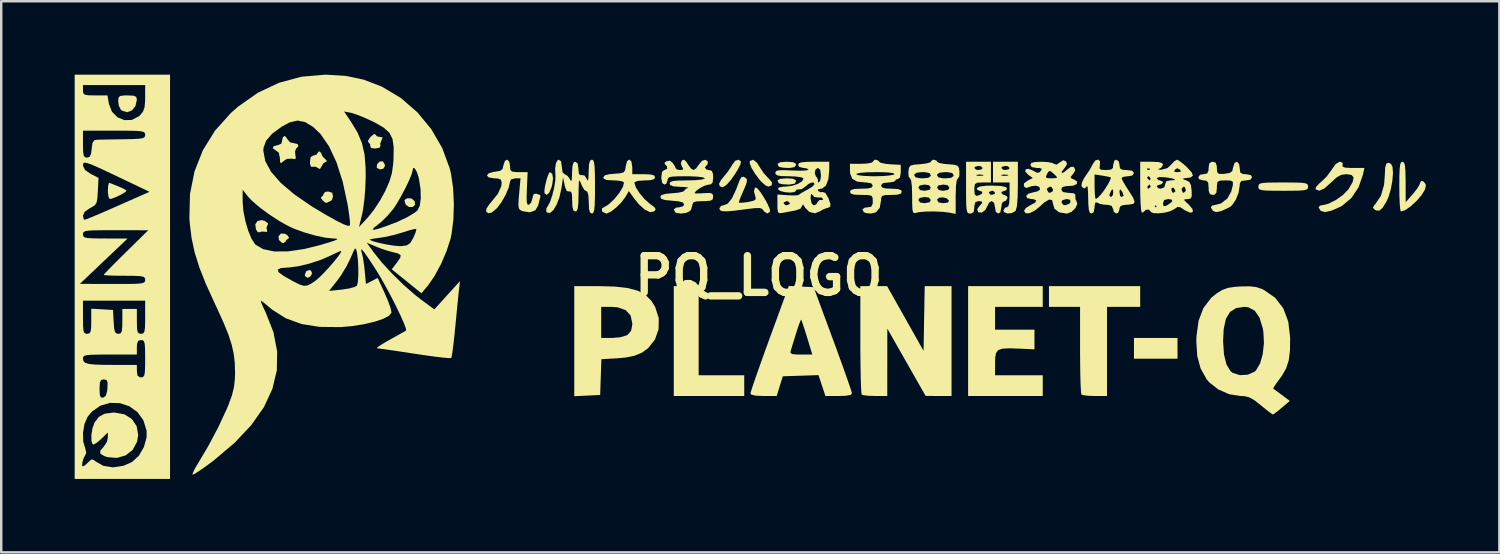
<source format=kicad_pcb>
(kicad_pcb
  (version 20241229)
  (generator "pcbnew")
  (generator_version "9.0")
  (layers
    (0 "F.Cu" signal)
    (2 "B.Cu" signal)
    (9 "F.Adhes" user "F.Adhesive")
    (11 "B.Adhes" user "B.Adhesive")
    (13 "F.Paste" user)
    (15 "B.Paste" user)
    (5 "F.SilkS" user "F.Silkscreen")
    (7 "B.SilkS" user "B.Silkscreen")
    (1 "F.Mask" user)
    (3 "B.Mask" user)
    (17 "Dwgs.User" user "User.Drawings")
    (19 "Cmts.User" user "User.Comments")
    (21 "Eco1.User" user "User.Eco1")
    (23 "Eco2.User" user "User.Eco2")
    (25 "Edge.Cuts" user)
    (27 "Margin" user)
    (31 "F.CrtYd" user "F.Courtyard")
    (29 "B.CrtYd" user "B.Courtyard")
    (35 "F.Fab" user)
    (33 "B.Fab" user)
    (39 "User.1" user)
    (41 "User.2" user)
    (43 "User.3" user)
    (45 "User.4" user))
  (footprint "PQ_LOGO"
    (layer "F.Cu")
    (at 27.94 8.213)
    (property "Reference" "PQ_LOGO" (at 0 0 0) (layer "F.SilkS") (effects (font (size 1.5 1.5) (thickness 0.3))))
    (attr board_only exclude_from_pos_files exclude_from_bom)
    (fp_poly (pts (xy 17.103 2.963) (xy 17.103 3.387) (xy 16.214 3.387) (xy 15.325 3.387) (xy 15.325 2.963) (xy 15.325 2.54) (xy 16.214 2.54) (xy 17.103 2.54)) (stroke (width 0) (type solid)) (fill yes) (layer "F.SilkS"))
    (fp_poly (pts (xy -18.292 -0.214) (xy -18.244 -0.109) (xy -18.296 0.017) (xy -18.414 0.084) (xy -18.424 0.085) (xy -18.53 0.017) (xy -18.542 -0.037) (xy -18.484 -0.185) (xy -18.355 -0.236)) (stroke (width 0) (type solid)) (fill yes) (layer "F.SilkS"))
    (fp_poly (pts (xy -15.35 -4.669) (xy -15.275 -4.545) (xy -15.267 -4.483) (xy -15.332 -4.374) (xy -15.468 -4.342) (xy -15.587 -4.399) (xy -15.604 -4.43) (xy -15.586 -4.562) (xy -15.482 -4.665) (xy -15.358 -4.674)) (stroke (width 0) (type solid)) (fill yes) (layer "F.SilkS"))
    (fp_poly (pts (xy -14.184 -3.157) (xy -14.058 -3.05) (xy -14.033 -2.901) (xy -14.034 -2.899) (xy -14.135 -2.807) (xy -14.289 -2.81) (xy -14.413 -2.9) (xy -14.427 -2.928) (xy -14.471 -3.069) (xy -14.428 -3.131) (xy -14.345 -3.166)) (stroke (width 0) (type solid)) (fill yes) (layer "F.SilkS"))
    (fp_poly (pts (xy -19.347 -1.714) (xy -19.249 -1.651) (xy -19.182 -1.552) (xy -19.207 -1.524) (xy -19.3 -1.456) (xy -19.319 -1.409) (xy -19.404 -1.334) (xy -19.473 -1.345) (xy -19.597 -1.46) (xy -19.614 -1.611) (xy -19.518 -1.723) (xy -19.511 -1.726)) (stroke (width 0) (type solid)) (fill yes) (layer "F.SilkS"))
    (fp_poly (pts (xy -2.455 2.244) (xy -2.455 4.064) (xy -1.524 4.064) (xy -0.593 4.064) (xy -0.593 4.487) (xy -0.593 4.911) (xy -2.032 4.911) (xy -3.471 4.911) (xy -3.471 2.667) (xy -3.471 0.423) (xy -2.963 0.423) (xy -2.455 0.423)) (stroke (width 0) (type solid)) (fill yes) (layer "F.SilkS"))
    (fp_poly (pts (xy -8.434 -4.161) (xy -8.402 -3.97) (xy -8.44 -3.701) (xy -8.459 -3.634) (xy -8.557 -3.392) (xy -8.658 -3.301) (xy -8.748 -3.365) (xy -8.756 -3.483) (xy -8.724 -3.687) (xy -8.667 -3.919) (xy -8.602 -4.119) (xy -8.542 -4.228) (xy -8.529 -4.233)) (stroke (width 0) (type solid)) (fill yes) (layer "F.SilkS"))
    (fp_poly (pts (xy 1.394 -4.64) (xy 1.509 -4.584) (xy 1.524 -4.53) (xy 1.466 -4.44) (xy 1.274 -4.404) (xy 1.199 -4.403) (xy 0.976 -4.416) (xy 0.832 -4.45) (xy 0.818 -4.459) (xy 0.764 -4.569) (xy 0.867 -4.634) (xy 1.131 -4.657) (xy 1.143 -4.657)) (stroke (width 0) (type solid)) (fill yes) (layer "F.SilkS"))
    (fp_poly (pts (xy 1.394 -3.963) (xy 1.509 -3.906) (xy 1.524 -3.852) (xy 1.466 -3.762) (xy 1.274 -3.727) (xy 1.199 -3.725) (xy 0.976 -3.739) (xy 0.832 -3.772) (xy 0.818 -3.782) (xy 0.764 -3.892) (xy 0.867 -3.957) (xy 1.131 -3.979) (xy 1.143 -3.979)) (stroke (width 0) (type solid)) (fill yes) (layer "F.SilkS"))
    (fp_poly (pts (xy -20.163 -2.234) (xy -20.045 -2.144) (xy -20.055 -2.081) (xy -20.105 -1.968) (xy -20.09 -1.888) (xy -20.081 -1.789) (xy -20.168 -1.799) (xy -20.322 -1.805) (xy -20.373 -1.776) (xy -20.459 -1.782) (xy -20.534 -1.888) (xy -20.564 -2.097) (xy -20.469 -2.238) (xy -20.287 -2.274)) (stroke (width 0) (type solid)) (fill yes) (layer "F.SilkS"))
    (fp_poly (pts (xy -25.544 -7.355) (xy -25.431 -7.31) (xy -25.4 -7.21) (xy -25.4 -7.191) (xy -25.458 -6.929) (xy -25.604 -6.751) (xy -25.799 -6.68) (xy -26.003 -6.742) (xy -26.06 -6.79) (xy -26.136 -6.946) (xy -26.162 -7.129) (xy -26.149 -7.275) (xy -26.081 -7.344) (xy -25.911 -7.365) (xy -25.781 -7.366)) (stroke (width 0) (type solid)) (fill yes) (layer "F.SilkS"))
    (fp_poly (pts (xy -17.423 -3.391) (xy -17.388 -3.239) (xy -17.388 -3.239) (xy -17.434 -3.09) (xy -17.498 -3.048) (xy -17.612 -3) (xy -17.625 -2.981) (xy -17.695 -2.982) (xy -17.801 -3.066) (xy -17.883 -3.177) (xy -17.865 -3.217) (xy -17.788 -3.285) (xy -17.78 -3.335) (xy -17.708 -3.426) (xy -17.579 -3.441)) (stroke (width 0) (type solid)) (fill yes) (layer "F.SilkS"))
    (fp_poly (pts (xy -26.408 -3.749) (xy -26.204 -3.669) (xy -26.141 -3.644) (xy -25.941 -3.556) (xy -25.831 -3.484) (xy -25.823 -3.47) (xy -25.892 -3.405) (xy -26.058 -3.309) (xy -26.259 -3.213) (xy -26.435 -3.146) (xy -26.504 -3.133) (xy -26.554 -3.208) (xy -26.583 -3.396) (xy -26.585 -3.478) (xy -26.572 -3.685) (xy -26.538 -3.792) (xy -26.522 -3.795)) (stroke (width 0) (type solid)) (fill yes) (layer "F.SilkS"))
    (fp_poly (pts (xy -0.078 -4.623) (xy 0.04 -4.437) (xy 0.2 -4.196) (xy 0.379 -3.997) (xy 0.405 -3.975) (xy 0.536 -3.821) (xy 0.533 -3.697) (xy 0.399 -3.641) (xy 0.384 -3.641) (xy 0.26 -3.701) (xy 0.095 -3.851) (xy 0.047 -3.905) (xy -0.153 -4.169) (xy -0.3 -4.415) (xy -0.373 -4.604) (xy -0.364 -4.688) (xy -0.227 -4.738)) (stroke (width 0) (type solid)) (fill yes) (layer "F.SilkS"))
    (fp_poly (pts (xy -0.727 -4.669) (xy -0.745 -4.561) (xy -0.84 -4.366) (xy -0.984 -4.131) (xy -1.148 -3.902) (xy -1.305 -3.724) (xy -1.326 -3.705) (xy -1.476 -3.612) (xy -1.587 -3.653) (xy -1.59 -3.656) (xy -1.622 -3.754) (xy -1.545 -3.905) (xy -1.43 -4.046) (xy -1.249 -4.273) (xy -1.109 -4.485) (xy -1.081 -4.54) (xy -0.958 -4.7) (xy -0.819 -4.738)) (stroke (width 0) (type solid)) (fill yes) (layer "F.SilkS"))
    (fp_poly (pts (xy 25.819 -4.575) (xy 25.885 -4.445) (xy 25.903 -4.201) (xy 25.879 -3.887) (xy 25.818 -3.549) (xy 25.727 -3.232) (xy 25.635 -3.026) (xy 25.479 -2.775) (xy 25.351 -2.662) (xy 25.223 -2.666) (xy 25.153 -2.703) (xy 25.084 -2.779) (xy 25.14 -2.883) (xy 25.186 -2.931) (xy 25.411 -3.268) (xy 25.541 -3.719) (xy 25.569 -4.099) (xy 25.584 -4.415) (xy 25.633 -4.581) (xy 25.728 -4.616)) (stroke (width 0) (type solid)) (fill yes) (layer "F.SilkS"))
    (fp_poly (pts (xy -15.664 -5.782) (xy -15.663 -5.773) (xy -15.592 -5.693) (xy -15.484 -5.673) (xy -15.362 -5.652) (xy -15.388 -5.572) (xy -15.4 -5.556) (xy -15.462 -5.397) (xy -15.452 -5.324) (xy -15.475 -5.234) (xy -15.646 -5.199) (xy -15.66 -5.198) (xy -15.823 -5.215) (xy -15.863 -5.269) (xy -15.862 -5.271) (xy -15.875 -5.38) (xy -15.918 -5.419) (xy -15.966 -5.499) (xy -15.889 -5.63) (xy -15.844 -5.68) (xy -15.722 -5.784)) (stroke (width 0) (type solid)) (fill yes) (layer "F.SilkS"))
    (fp_poly (pts (xy -17.869 -5.014) (xy -17.865 -4.984) (xy -17.804 -4.859) (xy -17.716 -4.775) (xy -17.634 -4.685) (xy -17.677 -4.659) (xy -17.788 -4.587) (xy -17.853 -4.473) (xy -17.924 -4.356) (xy -17.985 -4.392) (xy -18.108 -4.458) (xy -18.189 -4.449) (xy -18.291 -4.454) (xy -18.328 -4.58) (xy -18.33 -4.658) (xy -18.3 -4.848) (xy -18.195 -4.91) (xy -18.182 -4.911) (xy -18.057 -4.951) (xy -18.034 -4.995) (xy -17.97 -5.078) (xy -17.949 -5.08)) (stroke (width 0) (type solid)) (fill yes) (layer "F.SilkS"))
    (fp_poly (pts (xy 15.579 0.847) (xy 15.579 1.27) (xy 14.901 1.27) (xy 14.224 1.27) (xy 14.224 3.09) (xy 14.224 4.911) (xy 13.73 4.911) (xy 13.454 4.902) (xy 13.252 4.878) (xy 13.18 4.854) (xy 13.163 4.756) (xy 13.148 4.515) (xy 13.136 4.156) (xy 13.128 3.705) (xy 13.124 3.189) (xy 13.123 3.034) (xy 13.123 1.27) (xy 12.488 1.27) (xy 11.853 1.27) (xy 11.853 0.847) (xy 11.853 0.423) (xy 13.716 0.423) (xy 15.579 0.423)) (stroke (width 0) (type solid)) (fill yes) (layer "F.SilkS"))
    (fp_poly (pts (xy 21.85 -3.808) (xy 22.137 -3.8) (xy 22.312 -3.781) (xy 22.401 -3.746) (xy 22.433 -3.691) (xy 22.437 -3.641) (xy 22.427 -3.569) (xy 22.378 -3.521) (xy 22.263 -3.492) (xy 22.053 -3.477) (xy 21.72 -3.472) (xy 21.421 -3.471) (xy 20.992 -3.473) (xy 20.704 -3.481) (xy 20.53 -3.5) (xy 20.44 -3.535) (xy 20.408 -3.591) (xy 20.405 -3.641) (xy 20.415 -3.712) (xy 20.463 -3.76) (xy 20.579 -3.789) (xy 20.789 -3.804) (xy 21.122 -3.809) (xy 21.421 -3.81)) (stroke (width 0) (type solid)) (fill yes) (layer "F.SilkS"))
    (fp_poly (pts (xy -19.272 -5.616) (xy -19.262 -5.589) (xy -19.138 -5.446) (xy -19.002 -5.419) (xy -18.835 -5.38) (xy -18.802 -5.29) (xy -18.888 -5.203) (xy -18.939 -5.087) (xy -18.927 -4.937) (xy -18.906 -4.79) (xy -18.976 -4.764) (xy -19.053 -4.785) (xy -19.276 -4.772) (xy -19.395 -4.694) (xy -19.508 -4.603) (xy -19.551 -4.636) (xy -19.558 -4.807) (xy -19.599 -5.023) (xy -19.729 -5.123) (xy -19.845 -5.202) (xy -19.819 -5.287) (xy -19.669 -5.333) (xy -19.638 -5.334) (xy -19.499 -5.397) (xy -19.473 -5.498) (xy -19.436 -5.665) (xy -19.354 -5.711)) (stroke (width 0) (type solid)) (fill yes) (layer "F.SilkS"))
    (fp_poly (pts (xy 5.986 1.745) (xy 6.731 3.066) (xy 6.754 1.745) (xy 6.778 0.423) (xy 7.326 0.423) (xy 7.874 0.423) (xy 7.874 2.667) (xy 7.874 4.911) (xy 7.345 4.91) (xy 6.816 4.909) (xy 6.033 3.534) (xy 5.251 2.159) (xy 5.25 3.535) (xy 5.249 4.911) (xy 4.755 4.911) (xy 4.48 4.902) (xy 4.277 4.878) (xy 4.205 4.854) (xy 4.19 4.758) (xy 4.176 4.515) (xy 4.165 4.149) (xy 4.156 3.682) (xy 4.15 3.139) (xy 4.149 2.611) (xy 4.149 0.423) (xy 4.695 0.423) (xy 5.241 0.423)) (stroke (width 0) (type solid)) (fill yes) (layer "F.SilkS"))
    (fp_poly (pts (xy -25.908 5.659) (xy -25.602 5.853) (xy -25.408 6.144) (xy -25.346 6.505) (xy -25.393 6.782) (xy -25.571 7.112) (xy -25.857 7.336) (xy -26.214 7.44) (xy -26.605 7.407) (xy -26.733 7.363) (xy -26.893 7.266) (xy -26.897 7.148) (xy -26.755 6.985) (xy -26.624 6.789) (xy -26.585 6.617) (xy -26.585 6.401) (xy -26.866 6.674) (xy -27.043 6.823) (xy -27.172 6.892) (xy -27.205 6.888) (xy -27.256 6.741) (xy -27.257 6.5) (xy -27.214 6.231) (xy -27.135 6.01) (xy -26.96 5.768) (xy -26.72 5.635) (xy -26.373 5.589) (xy -26.306 5.588)) (stroke (width 0) (type solid)) (fill yes) (layer "F.SilkS"))
    (fp_poly (pts (xy 11.599 0.847) (xy 11.599 1.27) (xy 10.626 1.27) (xy 9.652 1.27) (xy 9.652 1.736) (xy 9.652 2.201) (xy 10.456 2.201) (xy 11.261 2.201) (xy 11.261 2.603) (xy 11.261 3.006) (xy 10.661 2.977) (xy 10.234 2.963) (xy 9.949 2.977) (xy 9.776 3.038) (xy 9.688 3.16) (xy 9.656 3.36) (xy 9.652 3.558) (xy 9.652 4.064) (xy 10.626 4.064) (xy 11.599 4.064) (xy 11.599 4.487) (xy 11.599 4.911) (xy 10.075 4.911) (xy 8.551 4.911) (xy 8.551 2.667) (xy 8.551 0.423) (xy 10.075 0.423) (xy 11.599 0.423)) (stroke (width 0) (type solid)) (fill yes) (layer "F.SilkS"))
    (fp_poly (pts (xy 26.349 -4.628) (xy 26.388 -4.523) (xy 26.409 -4.314) (xy 26.419 -3.972) (xy 26.42 -3.831) (xy 26.423 -3.006) (xy 26.716 -3.337) (xy 26.883 -3.548) (xy 26.989 -3.724) (xy 27.009 -3.789) (xy 27.053 -3.875) (xy 27.147 -3.853) (xy 27.231 -3.749) (xy 27.248 -3.693) (xy 27.21 -3.519) (xy 27.068 -3.29) (xy 26.859 -3.048) (xy 26.621 -2.83) (xy 26.392 -2.676) (xy 26.226 -2.625) (xy 26.201 -2.704) (xy 26.181 -2.92) (xy 26.167 -3.239) (xy 26.162 -3.63) (xy 26.162 -3.641) (xy 26.165 -4.079) (xy 26.177 -4.373) (xy 26.2 -4.551) (xy 26.239 -4.636) (xy 26.289 -4.657)) (stroke (width 0) (type solid)) (fill yes) (layer "F.SilkS"))
    (fp_poly (pts (xy -6.54 0.424) (xy -5.87 0.442) (xy -5.342 0.503) (xy -4.935 0.614) (xy -4.624 0.784) (xy -4.388 1.021) (xy -4.231 1.274) (xy -4.085 1.728) (xy -4.091 2.182) (xy -4.239 2.604) (xy -4.519 2.959) (xy -4.768 3.138) (xy -5.068 3.265) (xy -5.443 3.341) (xy -5.771 3.37) (xy -6.428 3.408) (xy -6.453 4.138) (xy -6.477 4.868) (xy -7.006 4.894) (xy -7.535 4.919) (xy -7.535 2.671) (xy -7.535 1.27) (xy -6.435 1.27) (xy -6.435 1.905) (xy -6.435 2.54) (xy -5.988 2.54) (xy -5.652 2.511) (xy -5.398 2.435) (xy -5.353 2.408) (xy -5.214 2.249) (xy -5.166 2.003) (xy -5.165 1.949) (xy -5.232 1.625) (xy -5.433 1.405) (xy -5.766 1.289) (xy -6.023 1.27) (xy -6.435 1.27) (xy -7.535 1.27) (xy -7.535 0.423)) (stroke (width 0) (type solid)) (fill yes) (layer "F.SilkS"))
    (fp_poly (pts (xy 10.583 -3.7) (xy 10.573 -3.193) (xy 10.544 -2.845) (xy 10.496 -2.661) (xy 10.482 -2.642) (xy 10.327 -2.558) (xy 10.15 -2.545) (xy 10.019 -2.6) (xy 9.991 -2.667) (xy 10.058 -2.779) (xy 10.118 -2.794) (xy 10.191 -2.833) (xy 10.231 -2.971) (xy 10.244 -3.241) (xy 10.245 -3.302) (xy 10.245 -3.81) (xy 9.906 -3.81) (xy 9.567 -3.81) (xy 9.567 -4.096) (xy 9.894 -4.096) (xy 10.007 -4.081) (xy 10.033 -4.081) (xy 10.178 -4.09) (xy 10.19 -4.116) (xy 10.183 -4.12) (xy 10.015 -4.136) (xy 9.929 -4.123) (xy 9.894 -4.096) (xy 9.567 -4.096) (xy 9.567 -4.233) (xy 9.567 -4.403) (xy 9.906 -4.403) (xy 9.977 -4.334) (xy 10.075 -4.318) (xy 10.213 -4.353) (xy 10.245 -4.403) (xy 10.174 -4.471) (xy 10.075 -4.487) (xy 9.938 -4.452) (xy 9.906 -4.403) (xy 9.567 -4.403) (xy 9.567 -4.657) (xy 10.075 -4.657) (xy 10.583 -4.657)) (stroke (width 0) (type solid)) (fill yes) (layer "F.SilkS"))
    (fp_poly (pts (xy 23.85 -4.613) (xy 23.845 -4.53) (xy 23.847 -4.456) (xy 23.945 -4.417) (xy 24.172 -4.403) (xy 24.266 -4.403) (xy 24.736 -4.403) (xy 24.677 -4.128) (xy 24.495 -3.608) (xy 24.202 -3.173) (xy 23.823 -2.856) (xy 23.754 -2.818) (xy 23.391 -2.659) (xy 23.118 -2.601) (xy 22.953 -2.65) (xy 22.953 -2.65) (xy 22.865 -2.79) (xy 22.925 -2.869) (xy 23.003 -2.879) (xy 23.256 -2.937) (xy 23.559 -3.087) (xy 23.851 -3.292) (xy 24.072 -3.516) (xy 24.091 -3.542) (xy 24.258 -3.83) (xy 24.296 -4.019) (xy 24.202 -4.121) (xy 24 -4.149) (xy 23.785 -4.12) (xy 23.591 -4.011) (xy 23.378 -3.81) (xy 23.11 -3.572) (xy 22.9 -3.474) (xy 22.757 -3.522) (xy 22.739 -3.547) (xy 22.77 -3.639) (xy 22.904 -3.78) (xy 22.969 -3.833) (xy 23.2 -4.057) (xy 23.396 -4.323) (xy 23.411 -4.35) (xy 23.565 -4.564) (xy 23.72 -4.656) (xy 23.735 -4.657)) (stroke (width 0) (type solid)) (fill yes) (layer "F.SilkS"))
    (fp_poly (pts (xy -0.526 -3.992) (xy -0.479 -3.917) (xy -0.504 -3.77) (xy -0.607 -3.516) (xy -0.629 -3.468) (xy -0.737 -3.222) (xy -0.802 -3.046) (xy -0.812 -2.985) (xy -0.72 -2.98) (xy -0.52 -3.001) (xy -0.43 -3.014) (xy -0.207 -3.064) (xy -0.122 -3.13) (xy -0.132 -3.208) (xy -0.196 -3.447) (xy -0.16 -3.588) (xy -0.127 -3.609) (xy -0.044 -3.557) (xy 0.082 -3.398) (xy 0.223 -3.179) (xy 0.353 -2.946) (xy 0.442 -2.745) (xy 0.464 -2.624) (xy 0.461 -2.617) (xy 0.347 -2.543) (xy 0.221 -2.623) (xy 0.188 -2.673) (xy 0.129 -2.739) (xy 0.023 -2.767) (xy -0.17 -2.762) (xy -0.486 -2.724) (xy -0.542 -2.716) (xy -0.99 -2.658) (xy -1.297 -2.631) (xy -1.485 -2.637) (xy -1.581 -2.676) (xy -1.609 -2.749) (xy -1.609 -2.752) (xy -1.538 -2.856) (xy -1.444 -2.879) (xy -1.267 -2.946) (xy -1.097 -3.157) (xy -0.926 -3.522) (xy -0.876 -3.654) (xy -0.779 -3.908) (xy -0.706 -4.029) (xy -0.627 -4.045)) (stroke (width 0) (type solid)) (fill yes) (layer "F.SilkS"))
    (fp_poly (pts (xy 1.734 0.441) (xy 2.241 0.466) (xy 3.024 2.582) (xy 3.232 3.15) (xy 3.42 3.668) (xy 3.579 4.115) (xy 3.702 4.468) (xy 3.781 4.705) (xy 3.808 4.805) (xy 3.743 4.869) (xy 3.536 4.903) (xy 3.266 4.911) (xy 2.723 4.911) (xy 2.581 4.484) (xy 2.44 4.058) (xy 1.711 4.082) (xy 0.982 4.106) (xy 0.857 4.508) (xy 0.732 4.911) (xy 0.197 4.911) (xy -0.13 4.897) (xy -0.303 4.855) (xy -0.339 4.805) (xy -0.311 4.7) (xy -0.232 4.458) (xy -0.109 4.101) (xy 0.05 3.651) (xy 0.227 3.155) (xy 1.299 3.155) (xy 1.375 3.199) (xy 1.567 3.216) (xy 1.723 3.217) (xy 2.188 3.217) (xy 1.974 2.519) (xy 1.875 2.201) (xy 1.793 1.951) (xy 1.742 1.809) (xy 1.733 1.791) (xy 1.697 1.85) (xy 1.627 2.034) (xy 1.539 2.305) (xy 1.528 2.341) (xy 1.432 2.652) (xy 1.352 2.912) (xy 1.305 3.068) (xy 1.304 3.069) (xy 1.299 3.155) (xy 0.227 3.155) (xy 0.236 3.129) (xy 0.444 2.558) (xy 0.444 2.558) (xy 1.228 0.416)) (stroke (width 0) (type solid)) (fill yes) (layer "F.SilkS"))
    (fp_poly (pts (xy -5.202 -4.669) (xy -5.165 -4.446) (xy -5.165 -4.445) (xy -5.165 -4.149) (xy -4.699 -4.149) (xy -4.418 -4.137) (xy -4.274 -4.097) (xy -4.233 -4.022) (xy -4.279 -3.942) (xy -4.436 -3.903) (xy -4.657 -3.895) (xy -4.924 -3.877) (xy -5.065 -3.828) (xy -5.08 -3.799) (xy -5.021 -3.614) (xy -4.87 -3.375) (xy -4.667 -3.133) (xy -4.45 -2.941) (xy -4.434 -2.93) (xy -4.258 -2.797) (xy -4.21 -2.709) (xy -4.268 -2.631) (xy -4.433 -2.596) (xy -4.651 -2.698) (xy -4.9 -2.923) (xy -5.078 -3.144) (xy -5.306 -3.458) (xy -5.447 -3.217) (xy -5.612 -2.997) (xy -5.825 -2.784) (xy -6.04 -2.618) (xy -6.208 -2.541) (xy -6.224 -2.54) (xy -6.371 -2.604) (xy -6.402 -2.641) (xy -6.402 -2.749) (xy -6.362 -2.776) (xy -6.144 -2.903) (xy -5.909 -3.121) (xy -5.696 -3.381) (xy -5.548 -3.634) (xy -5.503 -3.806) (xy -5.58 -3.858) (xy -5.779 -3.889) (xy -5.927 -3.895) (xy -6.196 -3.909) (xy -6.326 -3.958) (xy -6.35 -4.017) (xy -6.292 -4.099) (xy -6.104 -4.148) (xy -5.905 -4.165) (xy -5.646 -4.186) (xy -5.511 -4.229) (xy -5.455 -4.322) (xy -5.434 -4.466) (xy -5.377 -4.683) (xy -5.286 -4.749)) (stroke (width 0) (type solid)) (fill yes) (layer "F.SilkS"))
    (fp_poly (pts (xy -10.184 -4.646) (xy -10.16 -4.487) (xy -10.148 -4.328) (xy -10.08 -4.255) (xy -9.91 -4.234) (xy -9.8 -4.233) (xy -9.439 -4.233) (xy -9.47 -3.546) (xy -9.481 -3.199) (xy -9.471 -2.994) (xy -9.438 -2.903) (xy -9.386 -2.896) (xy -9.292 -3) (xy -9.244 -3.167) (xy -9.195 -3.333) (xy -9.094 -3.353) (xy -9.088 -3.351) (xy -8.958 -3.308) (xy -8.928 -3.302) (xy -8.918 -3.238) (xy -8.928 -3.196) (xy -8.97 -3.036) (xy -9.009 -2.868) (xy -9.125 -2.674) (xy -9.344 -2.592) (xy -9.632 -2.634) (xy -9.65 -2.641) (xy -9.748 -2.687) (xy -9.801 -2.761) (xy -9.817 -2.903) (xy -9.804 -3.152) (xy -9.787 -3.346) (xy -9.73 -3.979) (xy -9.945 -3.979) (xy -10.119 -3.935) (xy -10.162 -3.831) (xy -10.212 -3.604) (xy -10.336 -3.31) (xy -10.503 -3.013) (xy -10.68 -2.776) (xy -10.702 -2.752) (xy -10.907 -2.581) (xy -11.05 -2.552) (xy -11.138 -2.632) (xy -11.12 -2.744) (xy -11.008 -2.916) (xy -10.942 -2.992) (xy -10.655 -3.348) (xy -10.516 -3.658) (xy -10.499 -3.804) (xy -10.53 -3.925) (xy -10.654 -3.973) (xy -10.795 -3.979) (xy -11.022 -4.013) (xy -11.102 -4.092) (xy -11.039 -4.18) (xy -10.834 -4.243) (xy -10.774 -4.249) (xy -10.56 -4.284) (xy -10.462 -4.368) (xy -10.43 -4.508) (xy -10.366 -4.697) (xy -10.268 -4.741)) (stroke (width 0) (type solid)) (fill yes) (layer "F.SilkS"))
    (fp_poly (pts (xy 18.665 -4.618) (xy 18.709 -4.472) (xy 18.711 -4.398) (xy 18.724 -4.229) (xy 18.794 -4.162) (xy 18.972 -4.16) (xy 19.029 -4.165) (xy 19.243 -4.2) (xy 19.341 -4.283) (xy 19.373 -4.424) (xy 19.437 -4.612) (xy 19.535 -4.656) (xy 19.619 -4.561) (xy 19.643 -4.403) (xy 19.664 -4.223) (xy 19.763 -4.156) (xy 19.897 -4.149) (xy 20.098 -4.111) (xy 20.151 -4.022) (xy 20.075 -3.921) (xy 19.897 -3.895) (xy 19.715 -3.872) (xy 19.649 -3.775) (xy 19.643 -3.68) (xy 19.597 -3.391) (xy 19.48 -3.099) (xy 19.323 -2.873) (xy 19.232 -2.801) (xy 18.898 -2.646) (xy 18.674 -2.6) (xy 18.553 -2.648) (xy 18.463 -2.789) (xy 18.517 -2.869) (xy 18.589 -2.879) (xy 18.886 -2.956) (xy 19.141 -3.159) (xy 19.298 -3.443) (xy 19.3 -3.45) (xy 19.365 -3.705) (xy 19.364 -3.837) (xy 19.272 -3.887) (xy 19.068 -3.895) (xy 19.05 -3.895) (xy 18.833 -3.886) (xy 18.737 -3.83) (xy 18.712 -3.686) (xy 18.711 -3.598) (xy 18.692 -3.394) (xy 18.618 -3.312) (xy 18.542 -3.302) (xy 18.425 -3.335) (xy 18.378 -3.465) (xy 18.373 -3.598) (xy 18.357 -3.799) (xy 18.286 -3.881) (xy 18.161 -3.895) (xy 17.991 -3.939) (xy 17.949 -4.022) (xy 18.023 -4.124) (xy 18.161 -4.149) (xy 18.312 -4.176) (xy 18.368 -4.292) (xy 18.373 -4.403) (xy 18.399 -4.589) (xy 18.498 -4.654) (xy 18.542 -4.657)) (stroke (width 0) (type solid)) (fill yes) (layer "F.SilkS"))
    (fp_poly (pts (xy 20.32 0.462) (xy 20.551 0.54) (xy 20.635 0.58) (xy 21.093 0.901) (xy 21.423 1.329) (xy 21.626 1.868) (xy 21.704 2.52) (xy 21.704 2.54) (xy 21.696 3.057) (xy 21.646 3.454) (xy 21.542 3.779) (xy 21.372 4.077) (xy 21.284 4.197) (xy 21.129 4.41) (xy 21.031 4.559) (xy 21.013 4.608) (xy 21.091 4.666) (xy 21.258 4.79) (xy 21.364 4.869) (xy 21.689 5.111) (xy 21.364 5.389) (xy 21.171 5.547) (xy 21.034 5.647) (xy 20.997 5.665) (xy 20.916 5.614) (xy 20.743 5.482) (xy 20.514 5.296) (xy 20.503 5.287) (xy 20.236 5.078) (xy 20.03 4.964) (xy 19.829 4.917) (xy 19.677 4.911) (xy 19.217 4.839) (xy 18.772 4.645) (xy 18.403 4.357) (xy 18.291 4.224) (xy 18.047 3.787) (xy 17.91 3.281) (xy 17.871 2.672) (xy 17.871 2.667) (xy 18.965 2.667) (xy 19 3.205) (xy 19.101 3.618) (xy 19.264 3.892) (xy 19.36 3.968) (xy 19.653 4.059) (xy 19.973 4.041) (xy 20.245 3.921) (xy 20.308 3.865) (xy 20.473 3.59) (xy 20.584 3.203) (xy 20.633 2.755) (xy 20.611 2.296) (xy 20.587 2.151) (xy 20.454 1.713) (xy 20.259 1.427) (xy 19.995 1.287) (xy 19.834 1.27) (xy 19.495 1.32) (xy 19.247 1.478) (xy 19.081 1.758) (xy 18.99 2.172) (xy 18.965 2.667) (xy 17.871 2.667) (xy 17.877 2.48) (xy 17.963 1.839) (xy 18.161 1.318) (xy 18.477 0.905) (xy 18.7 0.722) (xy 18.93 0.58) (xy 19.156 0.496) (xy 19.446 0.453) (xy 19.677 0.437) (xy 20.05 0.431)) (stroke (width 0) (type solid)) (fill yes) (layer "F.SilkS"))
    (fp_poly (pts (xy -6.763 -4.717) (xy -6.727 -4.627) (xy -6.704 -4.445) (xy -6.692 -4.148) (xy -6.689 -3.711) (xy -6.689 -3.641) (xy -6.691 -3.182) (xy -6.702 -2.868) (xy -6.723 -2.673) (xy -6.757 -2.572) (xy -6.808 -2.54) (xy -6.816 -2.54) (xy -6.892 -2.582) (xy -6.932 -2.729) (xy -6.943 -3.006) (xy -6.959 -3.297) (xy -7.005 -3.439) (xy -7.037 -3.45) (xy -7.125 -3.507) (xy -7.222 -3.675) (xy -7.243 -3.725) (xy -7.297 -3.861) (xy -7.33 -3.9) (xy -7.348 -3.823) (xy -7.356 -3.613) (xy -7.36 -3.323) (xy -7.369 -2.969) (xy -7.392 -2.754) (xy -7.435 -2.649) (xy -7.493 -2.625) (xy -7.572 -2.669) (xy -7.611 -2.824) (xy -7.62 -3.057) (xy -7.63 -3.314) (xy -7.665 -3.432) (xy -7.736 -3.445) (xy -7.744 -3.442) (xy -7.841 -3.461) (xy -7.91 -3.621) (xy -7.93 -3.708) (xy -7.992 -4.022) (xy -8.062 -3.561) (xy -8.141 -3.205) (xy -8.255 -2.904) (xy -8.388 -2.683) (xy -8.522 -2.566) (xy -8.64 -2.58) (xy -8.679 -2.626) (xy -8.674 -2.754) (xy -8.602 -2.87) (xy -8.519 -3.027) (xy -8.432 -3.291) (xy -8.357 -3.597) (xy -8.309 -3.884) (xy -8.303 -4.084) (xy -8.317 -4.38) (xy -8.281 -4.611) (xy -8.203 -4.732) (xy -8.17 -4.741) (xy -8.076 -4.677) (xy -8.044 -4.472) (xy -8.043 -4.445) (xy -8.013 -4.223) (xy -7.929 -4.149) (xy -7.809 -4.08) (xy -7.723 -3.958) (xy -7.67 -3.87) (xy -7.641 -3.9) (xy -7.629 -4.068) (xy -7.626 -4.212) (xy -7.609 -4.487) (xy -7.563 -4.625) (xy -7.493 -4.657) (xy -7.399 -4.592) (xy -7.366 -4.385) (xy -7.366 -4.363) (xy -7.349 -4.167) (xy -7.288 -4.107) (xy -7.24 -4.118) (xy -7.11 -4.089) (xy -7.033 -3.967) (xy -6.989 -3.885) (xy -6.963 -3.929) (xy -6.95 -4.116) (xy -6.948 -4.255) (xy -6.934 -4.543) (xy -6.894 -4.695) (xy -6.82 -4.741) (xy -6.816 -4.741)) (stroke (width 0) (type solid)) (fill yes) (layer "F.SilkS"))
    (fp_poly (pts (xy 4.896 -4.698) (xy 4.911 -4.661) (xy 4.987 -4.612) (xy 5.183 -4.571) (xy 5.355 -4.555) (xy 5.8 -4.53) (xy 5.8 -4.233) (xy 5.773 -4.02) (xy 5.696 -3.958) (xy 5.694 -3.958) (xy 5.597 -3.926) (xy 5.588 -3.895) (xy 5.514 -3.839) (xy 5.331 -3.811) (xy 5.292 -3.81) (xy 5.072 -3.782) (xy 4.996 -3.695) (xy 4.995 -3.683) (xy 5.041 -3.603) (xy 5.198 -3.564) (xy 5.419 -3.556) (xy 5.685 -3.542) (xy 5.815 -3.495) (xy 5.842 -3.429) (xy 5.797 -3.349) (xy 5.64 -3.31) (xy 5.419 -3.302) (xy 5.168 -3.295) (xy 5.042 -3.261) (xy 5 -3.175) (xy 4.995 -3.085) (xy 4.941 -2.775) (xy 4.786 -2.59) (xy 4.583 -2.54) (xy 4.39 -2.558) (xy 4.29 -2.596) (xy 4.235 -2.714) (xy 4.333 -2.783) (xy 4.445 -2.794) (xy 4.596 -2.821) (xy 4.652 -2.938) (xy 4.657 -3.048) (xy 4.649 -3.193) (xy 4.598 -3.269) (xy 4.461 -3.297) (xy 4.198 -3.302) (xy 4.191 -3.302) (xy 3.91 -3.313) (xy 3.766 -3.353) (xy 3.725 -3.429) (xy 3.767 -3.506) (xy 3.914 -3.545) (xy 4.191 -3.556) (xy 4.472 -3.567) (xy 4.616 -3.607) (xy 4.657 -3.683) (xy 4.594 -3.776) (xy 4.391 -3.81) (xy 4.355 -3.81) (xy 4.017 -3.846) (xy 3.816 -3.965) (xy 3.743 -4.149) (xy 3.979 -4.149) (xy 4.059 -4.108) (xy 4.28 -4.079) (xy 4.614 -4.065) (xy 4.736 -4.064) (xy 5.079 -4.073) (xy 5.353 -4.097) (xy 5.518 -4.131) (xy 5.546 -4.149) (xy 5.493 -4.191) (xy 5.282 -4.22) (xy 4.923 -4.233) (xy 4.789 -4.233) (xy 4.408 -4.225) (xy 4.134 -4.202) (xy 3.993 -4.166) (xy 3.979 -4.149) (xy 3.743 -4.149) (xy 3.731 -4.18) (xy 3.725 -4.279) (xy 3.725 -4.572) (xy 4.191 -4.572) (xy 4.446 -4.586) (xy 4.615 -4.622) (xy 4.657 -4.657) (xy 4.725 -4.732) (xy 4.784 -4.741)) (stroke (width 0) (type solid)) (fill yes) (layer "F.SilkS"))
    (fp_poly (pts (xy 9.483 -4.233) (xy 9.483 -3.81) (xy 9.144 -3.81) (xy 8.927 -3.801) (xy 8.831 -3.746) (xy 8.806 -3.603) (xy 8.805 -3.522) (xy 8.82 -3.33) (xy 8.881 -3.266) (xy 8.975 -3.277) (xy 9.115 -3.35) (xy 9.122 -3.387) (xy 9.398 -3.387) (xy 9.467 -3.312) (xy 9.525 -3.302) (xy 9.638 -3.348) (xy 9.652 -3.387) (xy 9.583 -3.462) (xy 9.525 -3.471) (xy 9.412 -3.426) (xy 9.398 -3.387) (xy 9.122 -3.387) (xy 9.132 -3.431) (xy 9.016 -3.471) (xy 9.01 -3.471) (xy 8.912 -3.523) (xy 8.911 -3.577) (xy 9.019 -3.643) (xy 9.291 -3.678) (xy 9.525 -3.683) (xy 9.892 -3.667) (xy 10.095 -3.62) (xy 10.139 -3.577) (xy 10.104 -3.486) (xy 10.04 -3.471) (xy 9.923 -3.428) (xy 9.906 -3.387) (xy 9.975 -3.312) (xy 10.033 -3.302) (xy 10.145 -3.234) (xy 10.16 -3.175) (xy 10.092 -3.063) (xy 10.033 -3.048) (xy 9.932 -2.972) (xy 9.906 -2.794) (xy 9.868 -2.592) (xy 9.779 -2.54) (xy 9.678 -2.616) (xy 9.652 -2.794) (xy 9.609 -2.983) (xy 9.511 -3.051) (xy 9.403 -2.983) (xy 9.358 -2.886) (xy 9.251 -2.686) (xy 9.108 -2.578) (xy 8.974 -2.593) (xy 8.96 -2.606) (xy 8.922 -2.719) (xy 9.006 -2.837) (xy 9.125 -2.975) (xy 9.108 -3.036) (xy 8.975 -3.048) (xy 8.851 -3.008) (xy 8.807 -2.86) (xy 8.805 -2.794) (xy 8.779 -2.608) (xy 8.68 -2.543) (xy 8.636 -2.54) (xy 8.566 -2.55) (xy 8.518 -2.597) (xy 8.489 -2.709) (xy 8.473 -2.914) (xy 8.468 -3.239) (xy 8.467 -3.598) (xy 8.467 -4.096) (xy 8.878 -4.096) (xy 8.991 -4.081) (xy 9.017 -4.081) (xy 9.162 -4.09) (xy 9.174 -4.116) (xy 9.167 -4.12) (xy 8.999 -4.136) (xy 8.913 -4.123) (xy 8.878 -4.096) (xy 8.467 -4.096) (xy 8.467 -4.403) (xy 8.805 -4.403) (xy 8.876 -4.334) (xy 8.975 -4.318) (xy 9.112 -4.353) (xy 9.144 -4.403) (xy 9.073 -4.471) (xy 8.975 -4.487) (xy 8.837 -4.452) (xy 8.805 -4.403) (xy 8.467 -4.403) (xy 8.467 -4.657) (xy 8.975 -4.657) (xy 9.483 -4.657)) (stroke (width 0) (type solid)) (fill yes) (layer "F.SilkS"))
    (fp_poly (pts (xy 13.938 -4.676) (xy 13.935 -4.53) (xy 13.916 -4.388) (xy 13.981 -4.33) (xy 14.174 -4.318) (xy 14.18 -4.318) (xy 14.381 -4.334) (xy 14.464 -4.404) (xy 14.478 -4.53) (xy 14.522 -4.7) (xy 14.605 -4.741) (xy 14.707 -4.668) (xy 14.732 -4.53) (xy 14.754 -4.387) (xy 14.854 -4.328) (xy 15.028 -4.318) (xy 15.248 -4.29) (xy 15.324 -4.203) (xy 15.325 -4.191) (xy 15.249 -4.09) (xy 15.071 -4.064) (xy 14.892 -4.042) (xy 14.817 -3.989) (xy 14.817 -3.988) (xy 14.861 -3.882) (xy 14.976 -3.684) (xy 15.115 -3.468) (xy 15.286 -3.197) (xy 15.351 -3.031) (xy 15.314 -2.944) (xy 15.176 -2.913) (xy 15.169 -2.912) (xy 14.912 -2.89) (xy 14.781 -2.85) (xy 14.736 -2.774) (xy 14.732 -2.709) (xy 14.679 -2.571) (xy 14.605 -2.54) (xy 14.502 -2.611) (xy 14.478 -2.709) (xy 14.416 -2.853) (xy 14.287 -2.892) (xy 14.057 -2.911) (xy 13.927 -2.938) (xy 13.829 -2.988) (xy 13.822 -2.992) (xy 13.745 -2.99) (xy 13.717 -2.844) (xy 13.716 -2.799) (xy 13.68 -2.595) (xy 13.589 -2.54) (xy 13.52 -2.575) (xy 13.48 -2.701) (xy 13.46 -2.948) (xy 13.455 -3.154) (xy 13.447 -3.434) (xy 13.431 -3.617) (xy 13.41 -3.669) (xy 13.406 -3.662) (xy 13.312 -3.562) (xy 13.21 -3.617) (xy 13.181 -3.675) (xy 13.199 -3.811) (xy 13.301 -4.009) (xy 13.348 -4.077) (xy 13.39 -4.138) (xy 13.716 -4.138) (xy 13.716 -3.635) (xy 13.724 -3.369) (xy 13.743 -3.187) (xy 13.766 -3.133) (xy 13.851 -3.19) (xy 13.953 -3.296) (xy 14.315 -3.296) (xy 14.365 -3.22) (xy 14.393 -3.217) (xy 14.459 -3.289) (xy 14.477 -3.408) (xy 14.733 -3.408) (xy 14.764 -3.259) (xy 14.817 -3.217) (xy 14.898 -3.266) (xy 14.9 -3.281) (xy 14.858 -3.4) (xy 14.817 -3.471) (xy 14.755 -3.538) (xy 14.734 -3.454) (xy 14.733 -3.408) (xy 14.477 -3.408) (xy 14.463 -3.532) (xy 14.414 -3.501) (xy 14.393 -3.471) (xy 14.315 -3.296) (xy 13.953 -3.296) (xy 13.979 -3.323) (xy 14.117 -3.506) (xy 14.25 -3.714) (xy 14.348 -3.898) (xy 14.383 -4.008) (xy 14.378 -4.018) (xy 14.285 -4.044) (xy 14.089 -4.08) (xy 14.034 -4.089) (xy 13.716 -4.138) (xy 13.39 -4.138) (xy 13.505 -4.307) (xy 13.621 -4.516) (xy 13.637 -4.551) (xy 13.743 -4.706) (xy 13.861 -4.747)) (stroke (width 0) (type solid)) (fill yes) (layer "F.SilkS"))
    (fp_poly (pts (xy -2.974 -4.675) (xy -2.879 -4.53) (xy -2.765 -4.375) (xy -2.667 -4.318) (xy -2.559 -4.385) (xy -2.455 -4.53) (xy -2.316 -4.699) (xy -2.172 -4.736) (xy -2.078 -4.663) (xy -2.089 -4.554) (xy -2.115 -4.531) (xy -2.2 -4.423) (xy -2.138 -4.337) (xy -2.032 -4.318) (xy -1.915 -4.285) (xy -1.868 -4.155) (xy -1.863 -4.022) (xy -1.88 -3.819) (xy -1.953 -3.736) (xy -2.053 -3.723) (xy -2.212 -3.679) (xy -2.404 -3.58) (xy -2.563 -3.463) (xy -2.625 -3.372) (xy -2.549 -3.361) (xy -2.358 -3.366) (xy -2.244 -3.373) (xy -2.008 -3.383) (xy -1.896 -3.352) (xy -1.864 -3.263) (xy -1.863 -3.226) (xy -1.883 -3.12) (xy -1.971 -3.067) (xy -2.169 -3.049) (xy -2.286 -3.048) (xy -2.543 -3.038) (xy -2.67 -2.998) (xy -2.709 -2.913) (xy -2.709 -2.896) (xy -2.763 -2.708) (xy -2.811 -2.642) (xy -2.966 -2.568) (xy -3.181 -2.541) (xy -3.366 -2.567) (xy -3.415 -2.596) (xy -3.47 -2.714) (xy -3.372 -2.783) (xy -3.26 -2.794) (xy -3.091 -2.837) (xy -3.048 -2.917) (xy -3.1 -2.994) (xy -3.274 -3.042) (xy -3.535 -3.065) (xy -3.828 -3.092) (xy -3.98 -3.142) (xy -4.022 -3.217) (xy -3.975 -3.296) (xy -3.814 -3.344) (xy -3.535 -3.37) (xy -3.273 -3.395) (xy -3.097 -3.435) (xy -3.048 -3.469) (xy -2.978 -3.55) (xy -2.9 -3.582) (xy -2.891 -3.605) (xy -3.022 -3.623) (xy -3.196 -3.631) (xy -3.472 -3.65) (xy -3.609 -3.699) (xy -3.641 -3.768) (xy -3.61 -3.831) (xy -3.498 -3.87) (xy -3.276 -3.889) (xy -2.921 -3.895) (xy -2.571 -3.904) (xy -2.322 -3.93) (xy -2.206 -3.968) (xy -2.201 -3.979) (xy -2.281 -4.02) (xy -2.503 -4.049) (xy -2.837 -4.063) (xy -2.963 -4.064) (xy -3.325 -4.061) (xy -3.55 -4.048) (xy -3.67 -4.017) (xy -3.718 -3.961) (xy -3.725 -3.895) (xy -3.778 -3.757) (xy -3.852 -3.725) (xy -3.946 -3.79) (xy -3.979 -3.995) (xy -3.979 -4.022) (xy -3.952 -4.241) (xy -3.864 -4.317) (xy -3.852 -4.318) (xy -3.739 -4.368) (xy -3.752 -4.475) (xy -3.821 -4.536) (xy -3.852 -4.613) (xy -3.772 -4.676) (xy -3.624 -4.701) (xy -3.51 -4.601) (xy -3.416 -4.453) (xy -3.389 -4.381) (xy -3.315 -4.331) (xy -3.207 -4.318) (xy -3.085 -4.337) (xy -3.11 -4.416) (xy -3.13 -4.441) (xy -3.185 -4.59) (xy -3.136 -4.712) (xy -3.057 -4.741)) (stroke (width 0) (type solid)) (fill yes) (layer "F.SilkS"))
    (fp_poly (pts (xy 7.267 -4.698) (xy 7.281 -4.661) (xy 7.358 -4.612) (xy 7.554 -4.571) (xy 7.726 -4.555) (xy 7.985 -4.535) (xy 8.12 -4.492) (xy 8.177 -4.399) (xy 8.197 -4.255) (xy 8.191 -4.065) (xy 8.139 -3.98) (xy 8.133 -3.979) (xy 8.086 -3.898) (xy 8.055 -3.664) (xy 8.043 -3.295) (xy 8.043 -3.253) (xy 8.043 -2.527) (xy 7.811 -2.574) (xy 7.53 -2.61) (xy 7.183 -2.626) (xy 6.835 -2.623) (xy 6.554 -2.599) (xy 6.456 -2.578) (xy 6.364 -2.557) (xy 6.308 -2.583) (xy 6.278 -2.687) (xy 6.267 -2.899) (xy 6.266 -3.09) (xy 6.519 -3.09) (xy 6.595 -2.99) (xy 6.773 -2.963) (xy 6.975 -3.001) (xy 7.027 -3.09) (xy 7.023 -3.096) (xy 7.281 -3.096) (xy 7.347 -2.994) (xy 7.542 -2.963) (xy 7.732 -2.992) (xy 7.769 -3.069) (xy 7.673 -3.164) (xy 7.512 -3.204) (xy 7.358 -3.186) (xy 7.282 -3.106) (xy 7.281 -3.096) (xy 7.023 -3.096) (xy 6.952 -3.191) (xy 6.773 -3.217) (xy 6.572 -3.179) (xy 6.519 -3.09) (xy 6.266 -3.09) (xy 6.265 -3.249) (xy 6.265 -3.25) (xy 6.256 -3.598) (xy 6.519 -3.598) (xy 6.595 -3.498) (xy 6.773 -3.471) (xy 6.975 -3.509) (xy 7.027 -3.598) (xy 7.281 -3.598) (xy 7.357 -3.498) (xy 7.535 -3.471) (xy 7.737 -3.509) (xy 7.789 -3.598) (xy 7.714 -3.699) (xy 7.535 -3.725) (xy 7.334 -3.687) (xy 7.281 -3.598) (xy 7.027 -3.598) (xy 6.952 -3.699) (xy 6.773 -3.725) (xy 6.572 -3.687) (xy 6.519 -3.598) (xy 6.256 -3.598) (xy 6.255 -3.632) (xy 6.226 -3.881) (xy 6.181 -3.978) (xy 6.175 -3.979) (xy 6.12 -4.053) (xy 6.117 -4.106) (xy 6.35 -4.106) (xy 6.406 -4.018) (xy 6.591 -3.982) (xy 6.689 -3.979) (xy 6.924 -4) (xy 7.021 -4.07) (xy 7.027 -4.106) (xy 7.281 -4.106) (xy 7.337 -4.018) (xy 7.523 -3.982) (xy 7.62 -3.979) (xy 7.855 -4) (xy 7.953 -4.07) (xy 7.959 -4.106) (xy 7.903 -4.195) (xy 7.717 -4.231) (xy 7.62 -4.233) (xy 7.385 -4.212) (xy 7.287 -4.143) (xy 7.281 -4.106) (xy 7.027 -4.106) (xy 6.971 -4.195) (xy 6.786 -4.231) (xy 6.689 -4.233) (xy 6.453 -4.212) (xy 6.356 -4.143) (xy 6.35 -4.106) (xy 6.117 -4.106) (xy 6.11 -4.236) (xy 6.112 -4.255) (xy 6.137 -4.415) (xy 6.201 -4.5) (xy 6.35 -4.538) (xy 6.583 -4.555) (xy 6.831 -4.583) (xy 6.993 -4.628) (xy 7.027 -4.661) (xy 7.096 -4.732) (xy 7.154 -4.741)) (stroke (width 0) (type solid)) (fill yes) (layer "F.SilkS"))
    (fp_poly (pts (xy 12.545 -4.676) (xy 12.548 -4.674) (xy 12.593 -4.562) (xy 12.503 -4.419) (xy 12.379 -4.254) (xy 12.376 -4.188) (xy 12.48 -4.238) (xy 12.574 -4.319) (xy 12.741 -4.446) (xy 12.853 -4.447) (xy 12.885 -4.42) (xy 12.931 -4.311) (xy 12.843 -4.166) (xy 12.836 -4.158) (xy 12.739 -4.035) (xy 12.768 -3.974) (xy 12.868 -3.937) (xy 13.001 -3.85) (xy 12.99 -3.75) (xy 12.849 -3.682) (xy 12.777 -3.674) (xy 12.528 -3.657) (xy 12.404 -3.623) (xy 12.364 -3.558) (xy 12.361 -3.514) (xy 12.424 -3.421) (xy 12.624 -3.387) (xy 12.667 -3.387) (xy 12.872 -3.368) (xy 12.935 -3.306) (xy 12.927 -3.27) (xy 12.939 -3.112) (xy 12.973 -3.063) (xy 13.009 -2.927) (xy 12.933 -2.763) (xy 12.785 -2.618) (xy 12.602 -2.542) (xy 12.565 -2.54) (xy 12.265 -2.593) (xy 12.077 -2.74) (xy 12.023 -2.924) (xy 12.003 -3.006) (xy 12.361 -3.006) (xy 12.431 -2.901) (xy 12.522 -2.879) (xy 12.679 -2.938) (xy 12.731 -3.006) (xy 12.72 -3.104) (xy 12.57 -3.133) (xy 12.402 -3.088) (xy 12.361 -3.006) (xy 12.003 -3.006) (xy 11.981 -3.092) (xy 11.858 -3.114) (xy 11.656 -2.989) (xy 11.489 -2.836) (xy 11.267 -2.655) (xy 11.06 -2.556) (xy 10.905 -2.548) (xy 10.838 -2.643) (xy 10.837 -2.657) (xy 10.908 -2.767) (xy 11.079 -2.874) (xy 11.091 -2.879) (xy 11.287 -2.987) (xy 11.334 -3.076) (xy 11.228 -3.127) (xy 11.134 -3.133) (xy 10.961 -3.171) (xy 10.921 -3.258) (xy 11.005 -3.35) (xy 11.191 -3.402) (xy 11.386 -3.448) (xy 11.479 -3.514) (xy 11.769 -3.514) (xy 11.836 -3.401) (xy 11.896 -3.387) (xy 12.008 -3.454) (xy 12.023 -3.514) (xy 11.955 -3.626) (xy 11.896 -3.641) (xy 11.783 -3.573) (xy 11.769 -3.514) (xy 11.479 -3.514) (xy 11.489 -3.521) (xy 11.491 -3.524) (xy 11.46 -3.63) (xy 11.324 -3.68) (xy 11.143 -3.661) (xy 11.074 -3.632) (xy 10.92 -3.583) (xy 10.83 -3.653) (xy 10.832 -3.771) (xy 10.976 -3.88) (xy 11.193 -3.994) (xy 11.137 -4.033) (xy 11.724 -4.033) (xy 11.786 -3.986) (xy 11.935 -3.979) (xy 12.115 -3.988) (xy 12.192 -4.008) (xy 12.192 -4.009) (xy 12.137 -4.08) (xy 12.029 -4.185) (xy 11.904 -4.282) (xy 11.829 -4.251) (xy 11.772 -4.156) (xy 11.724 -4.033) (xy 11.137 -4.033) (xy 11.008 -4.123) (xy 10.886 -4.254) (xy 10.899 -4.346) (xy 11.014 -4.37) (xy 11.197 -4.298) (xy 11.206 -4.291) (xy 11.366 -4.205) (xy 11.463 -4.223) (xy 11.517 -4.279) (xy 11.563 -4.364) (xy 11.485 -4.398) (xy 11.356 -4.403) (xy 11.15 -4.438) (xy 11.091 -4.53) (xy 11.134 -4.607) (xy 11.281 -4.646) (xy 11.552 -4.657) (xy 11.818 -4.641) (xy 12.01 -4.602) (xy 12.068 -4.566) (xy 12.167 -4.542) (xy 12.287 -4.624) (xy 12.434 -4.718)) (stroke (width 0) (type solid)) (fill yes) (layer "F.SilkS"))
    (fp_poly (pts (xy 2.879 -4.324) (xy 2.844 -3.943) (xy 2.744 -3.683) (xy 2.589 -3.562) (xy 2.537 -3.556) (xy 2.417 -3.523) (xy 2.417 -3.466) (xy 2.532 -3.411) (xy 2.596 -3.422) (xy 2.715 -3.387) (xy 2.836 -3.188) (xy 2.846 -3.165) (xy 2.927 -2.94) (xy 2.921 -2.823) (xy 2.819 -2.772) (xy 2.768 -2.763) (xy 2.598 -2.695) (xy 2.511 -2.636) (xy 2.295 -2.552) (xy 2.069 -2.605) (xy 1.895 -2.779) (xy 1.887 -2.794) (xy 1.809 -2.917) (xy 1.78 -2.879) (xy 1.779 -2.864) (xy 1.699 -2.739) (xy 1.524 -2.674) (xy 1.238 -2.618) (xy 1.016 -2.576) (xy 0.862 -2.554) (xy 0.788 -2.593) (xy 0.764 -2.733) (xy 0.762 -2.922) (xy 0.762 -2.963) (xy 1.016 -2.963) (xy 1.085 -2.888) (xy 1.143 -2.879) (xy 1.256 -2.924) (xy 1.27 -2.963) (xy 1.201 -3.038) (xy 1.143 -3.048) (xy 1.03 -3.002) (xy 1.016 -2.963) (xy 0.762 -2.963) (xy 0.762 -3.154) (xy 2.119 -3.154) (xy 2.157 -2.957) (xy 2.248 -2.873) (xy 2.353 -2.921) (xy 2.403 -3.011) (xy 2.487 -3.099) (xy 2.539 -3.091) (xy 2.618 -3.102) (xy 2.625 -3.138) (xy 2.558 -3.201) (xy 2.455 -3.193) (xy 2.273 -3.216) (xy 2.204 -3.289) (xy 2.148 -3.352) (xy 2.124 -3.275) (xy 2.119 -3.154) (xy 0.762 -3.154) (xy 0.762 -3.318) (xy 1.185 -3.289) (xy 1.432 -3.28) (xy 1.595 -3.289) (xy 1.63 -3.302) (xy 1.712 -3.363) (xy 1.891 -3.466) (xy 1.968 -3.506) (xy 2.188 -3.639) (xy 2.282 -3.744) (xy 2.24 -3.803) (xy 2.172 -3.81) (xy 2.033 -3.752) (xy 1.91 -3.646) (xy 1.758 -3.539) (xy 1.643 -3.528) (xy 1.539 -3.518) (xy 1.524 -3.476) (xy 1.453 -3.417) (xy 1.281 -3.398) (xy 1.07 -3.414) (xy 0.884 -3.46) (xy 0.784 -3.53) (xy 0.783 -3.535) (xy 0.822 -3.608) (xy 1.012 -3.639) (xy 1.097 -3.641) (xy 1.351 -3.671) (xy 1.587 -3.748) (xy 1.759 -3.851) (xy 1.825 -3.956) (xy 1.815 -3.989) (xy 1.712 -4.027) (xy 1.49 -4.055) (xy 1.223 -4.064) (xy 0.92 -4.072) (xy 0.752 -4.1) (xy 0.684 -4.158) (xy 0.678 -4.194) (xy 2.288 -4.194) (xy 2.335 -4.054) (xy 2.372 -4.021) (xy 2.421 -3.919) (xy 2.409 -3.889) (xy 2.422 -3.815) (xy 2.45 -3.81) (xy 2.51 -3.884) (xy 2.539 -4.067) (xy 2.54 -4.106) (xy 2.512 -4.326) (xy 2.425 -4.402) (xy 2.413 -4.403) (xy 2.317 -4.337) (xy 2.288 -4.194) (xy 0.678 -4.194) (xy 0.677 -4.2) (xy 0.699 -4.268) (xy 0.788 -4.304) (xy 0.974 -4.314) (xy 1.292 -4.303) (xy 1.355 -4.3) (xy 1.669 -4.291) (xy 1.906 -4.299) (xy 2.025 -4.323) (xy 2.032 -4.333) (xy 1.959 -4.385) (xy 1.82 -4.403) (xy 1.65 -4.447) (xy 1.609 -4.53) (xy 1.642 -4.597) (xy 1.762 -4.636) (xy 2 -4.654) (xy 2.244 -4.657) (xy 2.879 -4.657)) (stroke (width 0) (type solid)) (fill yes) (layer "F.SilkS"))
    (fp_poly (pts (xy 17.186 -4.687) (xy 17.361 -4.55) (xy 17.482 -4.441) (xy 17.679 -4.227) (xy 17.733 -4.089) (xy 17.644 -4.019) (xy 17.604 -4.011) (xy 17.457 -3.992) (xy 17.378 -3.981) (xy 17.313 -3.956) (xy 17.41 -3.913) (xy 17.441 -3.904) (xy 17.582 -3.836) (xy 17.652 -3.7) (xy 17.679 -3.489) (xy 17.686 -3.264) (xy 17.648 -3.16) (xy 17.543 -3.131) (xy 17.51 -3.13) (xy 17.391 -3.122) (xy 17.382 -3.08) (xy 17.492 -2.971) (xy 17.558 -2.913) (xy 17.716 -2.727) (xy 17.73 -2.605) (xy 17.624 -2.575) (xy 17.42 -2.665) (xy 17.383 -2.69) (xy 17.214 -2.799) (xy 17.102 -2.809) (xy 16.973 -2.724) (xy 16.957 -2.712) (xy 16.793 -2.631) (xy 16.563 -2.576) (xy 16.319 -2.55) (xy 16.116 -2.559) (xy 16.008 -2.607) (xy 16.002 -2.628) (xy 15.942 -2.699) (xy 15.822 -2.697) (xy 15.734 -2.624) (xy 15.732 -2.619) (xy 15.664 -2.575) (xy 15.64 -2.591) (xy 15.616 -2.696) (xy 15.605 -2.836) (xy 16.171 -2.836) (xy 16.214 -2.794) (xy 16.256 -2.836) (xy 16.214 -2.879) (xy 16.171 -2.836) (xy 15.605 -2.836) (xy 15.597 -2.933) (xy 15.595 -2.96) (xy 16.51 -2.96) (xy 16.533 -2.841) (xy 16.634 -2.855) (xy 16.675 -2.876) (xy 16.831 -2.984) (xy 16.891 -3.048) (xy 16.861 -3.111) (xy 16.727 -3.133) (xy 16.559 -3.095) (xy 16.51 -2.964) (xy 16.51 -2.96) (xy 15.595 -2.96) (xy 15.583 -3.269) (xy 15.58 -3.519) (xy 16.849 -3.519) (xy 16.893 -3.403) (xy 16.933 -3.387) (xy 17.016 -3.447) (xy 17.018 -3.466) (xy 16.993 -3.514) (xy 17.272 -3.514) (xy 17.318 -3.401) (xy 17.357 -3.387) (xy 17.432 -3.455) (xy 17.441 -3.514) (xy 17.396 -3.626) (xy 17.357 -3.641) (xy 17.282 -3.572) (xy 17.272 -3.514) (xy 16.993 -3.514) (xy 16.956 -3.581) (xy 16.933 -3.598) (xy 16.861 -3.579) (xy 16.849 -3.519) (xy 15.58 -3.519) (xy 15.579 -3.641) (xy 15.875 -3.641) (xy 15.882 -3.563) (xy 15.912 -3.556) (xy 15.999 -3.617) (xy 16.002 -3.641) (xy 16.256 -3.641) (xy 16.327 -3.572) (xy 16.425 -3.556) (xy 16.567 -3.616) (xy 16.595 -3.725) (xy 16.641 -3.855) (xy 16.804 -3.895) (xy 16.82 -3.895) (xy 16.983 -3.907) (xy 16.993 -3.938) (xy 16.866 -3.979) (xy 16.618 -4.021) (xy 16.61 -4.022) (xy 16.378 -4.032) (xy 16.262 -3.998) (xy 16.256 -3.98) (xy 16.325 -3.904) (xy 16.383 -3.895) (xy 16.496 -3.849) (xy 16.51 -3.81) (xy 16.441 -3.735) (xy 16.383 -3.725) (xy 16.27 -3.68) (xy 16.256 -3.641) (xy 16.002 -3.641) (xy 15.973 -3.723) (xy 15.965 -3.725) (xy 15.892 -3.666) (xy 15.875 -3.641) (xy 15.579 -3.641) (xy 15.579 -3.655) (xy 15.579 -4.012) (xy 15.862 -4.012) (xy 15.875 -3.979) (xy 15.951 -3.899) (xy 15.965 -3.895) (xy 16.001 -3.96) (xy 16.002 -3.979) (xy 15.937 -4.061) (xy 15.912 -4.064) (xy 15.862 -4.012) (xy 15.579 -4.012) (xy 15.579 -4.259) (xy 16.959 -4.259) (xy 17.062 -4.234) (xy 17.103 -4.233) (xy 17.237 -4.25) (xy 17.224 -4.314) (xy 17.204 -4.335) (xy 17.089 -4.393) (xy 17.001 -4.335) (xy 16.959 -4.259) (xy 15.579 -4.259) (xy 15.579 -4.374) (xy 15.861 -4.374) (xy 15.873 -4.324) (xy 15.917 -4.318) (xy 15.987 -4.349) (xy 15.974 -4.374) (xy 15.873 -4.385) (xy 15.861 -4.374) (xy 15.579 -4.374) (xy 15.579 -4.657) (xy 16.044 -4.657) (xy 16.33 -4.644) (xy 16.475 -4.602) (xy 16.51 -4.536) (xy 16.44 -4.415) (xy 16.362 -4.376) (xy 16.311 -4.346) (xy 16.423 -4.329) (xy 16.44 -4.328) (xy 16.693 -4.398) (xy 16.834 -4.53) (xy 16.973 -4.677) (xy 17.08 -4.741) (xy 17.082 -4.741)) (stroke (width 0) (type solid)) (fill yes) (layer "F.SilkS"))
    (fp_poly (pts (xy -24.045 0.042) (xy -24.045 8.297) (xy -25.993 8.297) (xy -27.94 8.297) (xy -27.94 7.76) (xy -27.634 7.76) (xy -27.607 7.789) (xy -27.508 7.733) (xy -27.389 7.619) (xy -27.265 7.506) (xy -27.166 7.519) (xy -27.089 7.582) (xy -26.769 7.764) (xy -26.376 7.825) (xy -25.955 7.764) (xy -25.597 7.607) (xy -25.319 7.352) (xy -25.112 6.996) (xy -25.003 6.6) (xy -25.002 6.33) (xy -25.134 5.901) (xy -25.379 5.565) (xy -25.708 5.33) (xy -26.089 5.203) (xy -26.491 5.191) (xy -26.883 5.303) (xy -27.233 5.545) (xy -27.411 5.757) (xy -27.54 6.054) (xy -27.601 6.42) (xy -27.589 6.781) (xy -27.511 7.038) (xy -27.467 7.23) (xy -27.499 7.308) (xy -27.578 7.457) (xy -27.628 7.63) (xy -27.634 7.76) (xy -27.94 7.76) (xy -27.94 4.621) (xy -26.924 4.621) (xy -26.914 4.859) (xy -26.872 4.967) (xy -26.783 4.981) (xy -26.776 4.98) (xy -26.669 4.904) (xy -26.613 4.706) (xy -26.602 4.592) (xy -26.596 4.365) (xy -26.634 4.261) (xy -26.734 4.234) (xy -26.75 4.233) (xy -26.858 4.256) (xy -26.909 4.354) (xy -26.924 4.571) (xy -26.924 4.621) (xy -27.94 4.621) (xy -27.94 3.378) (xy -27.601 3.378) (xy -27.583 3.481) (xy -27.513 3.553) (xy -27.365 3.6) (xy -27.115 3.627) (xy -26.739 3.639) (xy -26.367 3.641) (xy -25.4 3.641) (xy -25.4 3.895) (xy -25.373 4.081) (xy -25.274 4.146) (xy -25.231 4.149) (xy -25.15 4.136) (xy -25.1 4.076) (xy -25.074 3.937) (xy -25.063 3.687) (xy -25.061 3.387) (xy -25.064 3.025) (xy -25.077 2.8) (xy -25.108 2.68) (xy -25.164 2.632) (xy -25.231 2.625) (xy -25.347 2.658) (xy -25.394 2.787) (xy -25.4 2.921) (xy -25.4 3.217) (xy -26.501 3.217) (xy -26.951 3.219) (xy -27.258 3.227) (xy -27.45 3.244) (xy -27.553 3.275) (xy -27.595 3.324) (xy -27.601 3.378) (xy -27.94 3.378) (xy -27.94 1.016) (xy -27.601 1.016) (xy -27.601 1.693) (xy -27.598 2.031) (xy -27.582 2.233) (xy -27.544 2.334) (xy -27.477 2.368) (xy -27.432 2.371) (xy -27.338 2.352) (xy -27.287 2.271) (xy -27.266 2.09) (xy -27.263 1.858) (xy -27.263 1.346) (xy -26.818 1.371) (xy -26.374 1.397) (xy -26.348 1.884) (xy -26.326 2.162) (xy -26.286 2.31) (xy -26.213 2.365) (xy -26.158 2.371) (xy -26.065 2.351) (xy -26.015 2.266) (xy -25.996 2.078) (xy -25.993 1.863) (xy -25.993 1.355) (xy -25.696 1.355) (xy -25.4 1.355) (xy -25.4 1.863) (xy -25.394 2.146) (xy -25.367 2.3) (xy -25.306 2.361) (xy -25.231 2.371) (xy -25.146 2.357) (xy -25.096 2.291) (xy -25.07 2.141) (xy -25.062 1.872) (xy -25.061 1.693) (xy -25.061 1.016) (xy -26.331 1.016) (xy -27.601 1.016) (xy -27.94 1.016) (xy -27.94 0.331) (xy -27.728 0.331) (xy -26.395 0.335) (xy -25.893 0.335) (xy -25.536 0.331) (xy -25.299 0.32) (xy -25.157 0.297) (xy -25.087 0.261) (xy -25.063 0.209) (xy -25.061 0.169) (xy -25.073 0.092) (xy -25.128 0.043) (xy -25.258 0.015) (xy -25.492 0.003) (xy -25.863 0.000014) (xy -25.908 0) (xy -26.263 -0.003) (xy -26.545 -0.012) (xy -26.718 -0.025) (xy -26.755 -0.036) (xy -26.697 -0.105) (xy -26.54 -0.27) (xy -26.303 -0.51) (xy -26.007 -0.805) (xy -25.845 -0.965) (xy -24.934 -1.859) (xy -26.268 -1.861) (xy -26.77 -1.86) (xy -27.127 -1.856) (xy -27.364 -1.844) (xy -27.505 -1.821) (xy -27.576 -1.785) (xy -27.599 -1.733) (xy -27.601 -1.693) (xy -27.59 -1.618) (xy -27.538 -1.57) (xy -27.413 -1.541) (xy -27.188 -1.527) (xy -26.833 -1.522) (xy -26.691 -1.522) (xy -25.781 -1.519) (xy -26.755 -0.594) (xy -27.728 0.331) (xy -27.94 0.331) (xy -27.94 0.042) (xy -27.94 -2.457) (xy -27.601 -2.457) (xy -27.575 -2.318) (xy -27.538 -2.285) (xy -27.443 -2.317) (xy -27.22 -2.407) (xy -26.897 -2.543) (xy -26.5 -2.715) (xy -26.18 -2.856) (xy -24.886 -3.429) (xy -26.067 -3.993) (xy -26.587 -4.24) (xy -26.974 -4.42) (xy -27.247 -4.539) (xy -27.427 -4.604) (xy -27.533 -4.622) (xy -27.584 -4.598) (xy -27.6 -4.539) (xy -27.601 -4.495) (xy -27.517 -4.32) (xy -27.284 -4.16) (xy -26.966 -3.998) (xy -26.994 -3.451) (xy -27.014 -3.153) (xy -27.051 -2.975) (xy -27.128 -2.87) (xy -27.267 -2.787) (xy -27.312 -2.766) (xy -27.535 -2.61) (xy -27.601 -2.457) (xy -27.94 -2.457) (xy -27.94 -5.927) (xy -27.601 -5.927) (xy -27.601 -5.376) (xy -27.596 -5.078) (xy -27.572 -4.912) (xy -27.518 -4.84) (xy -27.437 -4.826) (xy -27.328 -4.859) (xy -27.27 -4.986) (xy -27.246 -5.186) (xy -27.214 -5.42) (xy -27.146 -5.529) (xy -27.051 -5.554) (xy -26.899 -5.559) (xy -26.621 -5.565) (xy -26.261 -5.571) (xy -25.971 -5.575) (xy -25.569 -5.583) (xy -25.307 -5.597) (xy -25.154 -5.622) (xy -25.083 -5.666) (xy -25.062 -5.733) (xy -25.061 -5.757) (xy -25.07 -5.822) (xy -25.111 -5.868) (xy -25.212 -5.898) (xy -25.396 -5.916) (xy -25.689 -5.924) (xy -26.116 -5.927) (xy -26.331 -5.927) (xy -27.601 -5.927) (xy -27.94 -5.927) (xy -27.94 -7.789) (xy -27.601 -7.789) (xy -27.601 -7.578) (xy -27.59 -7.46) (xy -27.531 -7.396) (xy -27.382 -7.371) (xy -27.105 -7.366) (xy -27.101 -7.366) (xy -26.6 -7.366) (xy -26.543 -7.028) (xy -26.419 -6.703) (xy -26.195 -6.474) (xy -25.912 -6.357) (xy -25.608 -6.364) (xy -25.322 -6.51) (xy -25.269 -6.558) (xy -25.148 -6.708) (xy -25.085 -6.886) (xy -25.063 -7.151) (xy -25.061 -7.277) (xy -25.061 -7.789) (xy -26.331 -7.789) (xy -27.601 -7.789) (xy -27.94 -7.789) (xy -27.94 -8.213) (xy -25.993 -8.213) (xy -24.045 -8.213)) (stroke (width 0) (type solid)) (fill yes) (layer "F.SilkS"))
    (fp_poly (pts (xy -16.87 -8.164) (xy -16.141 -8.011) (xy -15.43 -7.739) (xy -15.367 -7.709) (xy -14.613 -7.258) (xy -13.942 -6.675) (xy -13.374 -5.986) (xy -12.928 -5.217) (xy -12.624 -4.392) (xy -12.567 -4.157) (xy -12.484 -3.582) (xy -12.453 -2.937) (xy -12.473 -2.291) (xy -12.545 -1.713) (xy -12.584 -1.529) (xy -12.746 -1.021) (xy -12.973 -0.489) (xy -13.238 0.004) (xy -13.508 0.396) (xy -13.529 0.421) (xy -13.778 0.715) (xy -14.383 0.226) (xy -14.988 -0.263) (xy -14.771 -0.547) (xy -14.641 -0.735) (xy -14.627 -0.846) (xy -14.747 -0.916) (xy -14.983 -0.974) (xy -15.25 -1.049) (xy -15.557 -1.159) (xy -15.643 -1.195) (xy -16.011 -1.352) (xy -15.731 -0.962) (xy -15.403 -0.551) (xy -14.982 -0.094) (xy -14.517 0.362) (xy -14.054 0.769) (xy -13.793 0.973) (xy -13.25 1.373) (xy -12.727 0.796) (xy -12.204 0.22) (xy -12.243 0.554) (xy -12.265 0.761) (xy -12.299 1.095) (xy -12.34 1.513) (xy -12.384 1.975) (xy -12.396 2.1) (xy -12.44 2.535) (xy -12.483 2.907) (xy -12.522 3.186) (xy -12.552 3.34) (xy -12.56 3.359) (xy -12.655 3.363) (xy -12.89 3.343) (xy -13.235 3.302) (xy -13.663 3.243) (xy -14.048 3.186) (xy -14.527 3.113) (xy -14.952 3.049) (xy -15.292 3) (xy -15.518 2.97) (xy -15.596 2.962) (xy -15.578 2.925) (xy -15.437 2.827) (xy -15.201 2.685) (xy -15.071 2.612) (xy -14.78 2.451) (xy -14.551 2.322) (xy -14.421 2.247) (xy -14.405 2.237) (xy -14.415 2.143) (xy -14.495 1.931) (xy -14.629 1.629) (xy -14.804 1.265) (xy -15.005 0.869) (xy -15.219 0.469) (xy -15.43 0.093) (xy -15.624 -0.229) (xy -15.654 -0.275) (xy -15.914 -0.671) (xy -16.094 -0.931) (xy -16.201 -1.063) (xy -16.242 -1.075) (xy -16.226 -0.977) (xy -16.205 -0.91) (xy -16.164 -0.725) (xy -16.121 -0.44) (xy -16.093 -0.191) (xy -16.044 0.337) (xy -15.805 0.213) (xy -15.566 0.088) (xy -15.271 0.727) (xy -15.137 1.04) (xy -15.042 1.307) (xy -15.001 1.482) (xy -15.002 1.508) (xy -15.104 1.635) (xy -15.346 1.761) (xy -15.698 1.879) (xy -16.129 1.98) (xy -16.611 2.056) (xy -17.09 2.097) (xy -17.941 2.088) (xy -18.676 1.97) (xy -19.314 1.738) (xy -19.873 1.385) (xy -20.011 1.27) (xy -20.191 1.118) (xy -20.314 1.027) (xy -20.338 1.016) (xy -20.324 1.085) (xy -20.249 1.265) (xy -20.137 1.503) (xy -19.821 2.307) (xy -19.67 3.093) (xy -19.684 3.864) (xy -19.865 4.621) (xy -20.211 5.365) (xy -20.726 6.099) (xy -21.408 6.823) (xy -22.258 7.541) (xy -22.38 7.633) (xy -22.671 7.845) (xy -22.914 8.011) (xy -23.076 8.11) (xy -23.12 8.128) (xy -23.119 8.064) (xy -23.041 7.897) (xy -22.916 7.684) (xy -22.476 6.943) (xy -22.07 6.177) (xy -21.734 5.453) (xy -21.667 5.292) (xy -21.515 4.879) (xy -21.43 4.534) (xy -21.395 4.177) (xy -21.39 3.979) (xy -21.4 3.574) (xy -21.442 3.199) (xy -21.526 2.821) (xy -21.66 2.406) (xy -21.856 1.922) (xy -22.122 1.335) (xy -22.232 1.101) (xy -22.451 0.619) (xy -17.551 0.619) (xy -17.014 0.563) (xy -16.725 0.519) (xy -16.505 0.458) (xy -16.41 0.402) (xy -16.374 0.256) (xy -16.356 -0.003) (xy -16.355 -0.322) (xy -16.372 -0.646) (xy -16.405 -0.92) (xy -16.414 -0.966) (xy -16.447 -1.092) (xy -16.484 -1.116) (xy -16.543 -1.021) (xy -16.643 -0.789) (xy -16.669 -0.728) (xy -16.841 -0.38) (xy -17.066 -0.012) (xy -17.21 0.188) (xy -17.551 0.619) (xy -22.451 0.619) (xy -22.583 0.329) (xy -22.812 -0.249) (xy -19.647 -0.249) (xy -19.609 -0.142) (xy -19.407 0.005) (xy -19.378 0.022) (xy -19.016 0.227) (xy -18.763 0.354) (xy -18.583 0.41) (xy -18.438 0.399) (xy -18.29 0.327) (xy -18.11 0.205) (xy -17.957 0.077) (xy -17.761 -0.118) (xy -17.547 -0.348) (xy -17.343 -0.584) (xy -17.175 -0.794) (xy -17.07 -0.948) (xy -17.053 -1.015) (xy -17.058 -1.016) (xy -17.156 -0.981) (xy -17.353 -0.89) (xy -17.514 -0.811) (xy -17.907 -0.642) (xy -18.36 -0.495) (xy -18.806 -0.388) (xy -19.18 -0.339) (xy -19.232 -0.337) (xy -19.521 -0.314) (xy -19.647 -0.249) (xy -22.812 -0.249) (xy -22.848 -0.341) (xy -23.038 -0.949) (xy -23.164 -1.531) (xy -23.238 -2.126) (xy -23.255 -2.371) (xy -23.238 -3.036) (xy -21.081 -3.036) (xy -21.051 -2.655) (xy -20.97 -2.239) (xy -20.852 -1.838) (xy -20.713 -1.503) (xy -20.567 -1.283) (xy -20.557 -1.272) (xy -20.238 -1.086) (xy -19.791 -0.993) (xy -19.23 -0.995) (xy -18.567 -1.092) (xy -17.951 -1.244) (xy -17.557 -1.36) (xy -17.315 -1.44) (xy -17.249 -1.472) (xy -15.894 -1.472) (xy -15.768 -1.414) (xy -15.529 -1.347) (xy -15.232 -1.284) (xy -14.931 -1.234) (xy -14.68 -1.21) (xy -14.605 -1.21) (xy -14.377 -1.24) (xy -14.237 -1.333) (xy -14.117 -1.534) (xy -14.109 -1.55) (xy -14.02 -1.756) (xy -13.985 -1.89) (xy -13.989 -1.91) (xy -14.082 -1.904) (xy -14.288 -1.852) (xy -14.523 -1.777) (xy -14.886 -1.67) (xy -15.272 -1.584) (xy -15.471 -1.553) (xy -15.715 -1.519) (xy -15.866 -1.488) (xy -15.894 -1.472) (xy -17.249 -1.472) (xy -17.213 -1.49) (xy -17.24 -1.516) (xy -17.384 -1.524) (xy -17.401 -1.524) (xy -17.713 -1.557) (xy -18.117 -1.644) (xy -18.553 -1.768) (xy -18.881 -1.886) (xy -15.775 -1.886) (xy -15.695 -1.88) (xy -15.469 -1.941) (xy -15.228 -2.022) (xy -14.772 -2.197) (xy -14.37 -2.386) (xy -14.063 -2.568) (xy -13.937 -2.67) (xy -13.845 -2.859) (xy -13.804 -3.165) (xy -13.814 -3.543) (xy -13.877 -3.947) (xy -13.895 -4.027) (xy -13.97 -4.25) (xy -14.05 -4.385) (xy -14.114 -4.408) (xy -14.139 -4.297) (xy -14.18 -4.14) (xy -14.287 -3.882) (xy -14.44 -3.565) (xy -14.617 -3.232) (xy -14.795 -2.927) (xy -14.92 -2.738) (xy -15.15 -2.462) (xy -15.417 -2.201) (xy -15.53 -2.11) (xy -15.718 -1.962) (xy -15.775 -1.886) (xy -18.881 -1.886) (xy -18.959 -1.914) (xy -19.177 -2.011) (xy -19.578 -2.234) (xy -19.995 -2.505) (xy -20.383 -2.792) (xy -20.699 -3.063) (xy -20.863 -3.238) (xy -21.08 -3.514) (xy -21.081 -3.036) (xy -23.238 -3.036) (xy -23.23 -3.345) (xy -23.044 -4.268) (xy -22.712 -5.107) (xy -20.235 -5.107) (xy -20.157 -4.685) (xy -19.92 -4.248) (xy -19.523 -3.793) (xy -18.963 -3.319) (xy -18.239 -2.823) (xy -17.678 -2.487) (xy -17.262 -2.256) (xy -16.972 -2.109) (xy -16.793 -2.042) (xy -16.707 -2.046) (xy -16.695 -2.066) (xy -16.697 -2.203) (xy -16.725 -2.459) (xy -16.773 -2.79) (xy -16.798 -2.938) (xy -16.994 -3.845) (xy -17.246 -4.63) (xy -17.549 -5.282) (xy -17.899 -5.79) (xy -18.196 -6.075) (xy -18.529 -6.278) (xy -18.84 -6.34) (xy -19.17 -6.26) (xy -19.489 -6.086) (xy -19.879 -5.797) (xy -20.119 -5.52) (xy -20.226 -5.232) (xy -20.235 -5.107) (xy -22.712 -5.107) (xy -22.702 -5.131) (xy -22.208 -5.926) (xy -21.566 -6.643) (xy -21.489 -6.71) (xy -16.937 -6.71) (xy -16.646 -6.279) (xy -16.383 -5.841) (xy -16.206 -5.415) (xy -16.101 -4.954) (xy -16.057 -4.407) (xy -16.054 -4.022) (xy -16.071 -3.569) (xy -16.108 -3.111) (xy -16.16 -2.716) (xy -16.194 -2.54) (xy -16.326 -1.99) (xy -15.939 -2.413) (xy -15.705 -2.709) (xy -15.461 -3.083) (xy -15.258 -3.455) (xy -15.253 -3.464) (xy -15.084 -3.853) (xy -14.984 -4.188) (xy -14.933 -4.559) (xy -14.918 -4.783) (xy -14.91 -5.247) (xy -14.958 -5.586) (xy -15.086 -5.84) (xy -15.314 -6.048) (xy -15.666 -6.251) (xy -15.769 -6.303) (xy -16.099 -6.455) (xy -16.408 -6.579) (xy -16.636 -6.652) (xy -16.66 -6.657) (xy -16.937 -6.71) (xy -21.489 -6.71) (xy -21.262 -6.911) (xy -20.453 -7.478) (xy -19.594 -7.883) (xy -18.682 -8.128) (xy -17.715 -8.213) (xy -17.68 -8.213)) (stroke (width 0) (type solid)) (fill yes) (layer "F.SilkS")))
  (gr_rect
    (start -3 -3)
    (end 58.188 19.51)
    (stroke (width 0.1) (type default))
    (fill no)
    (layer "Edge.Cuts")))
</source>
